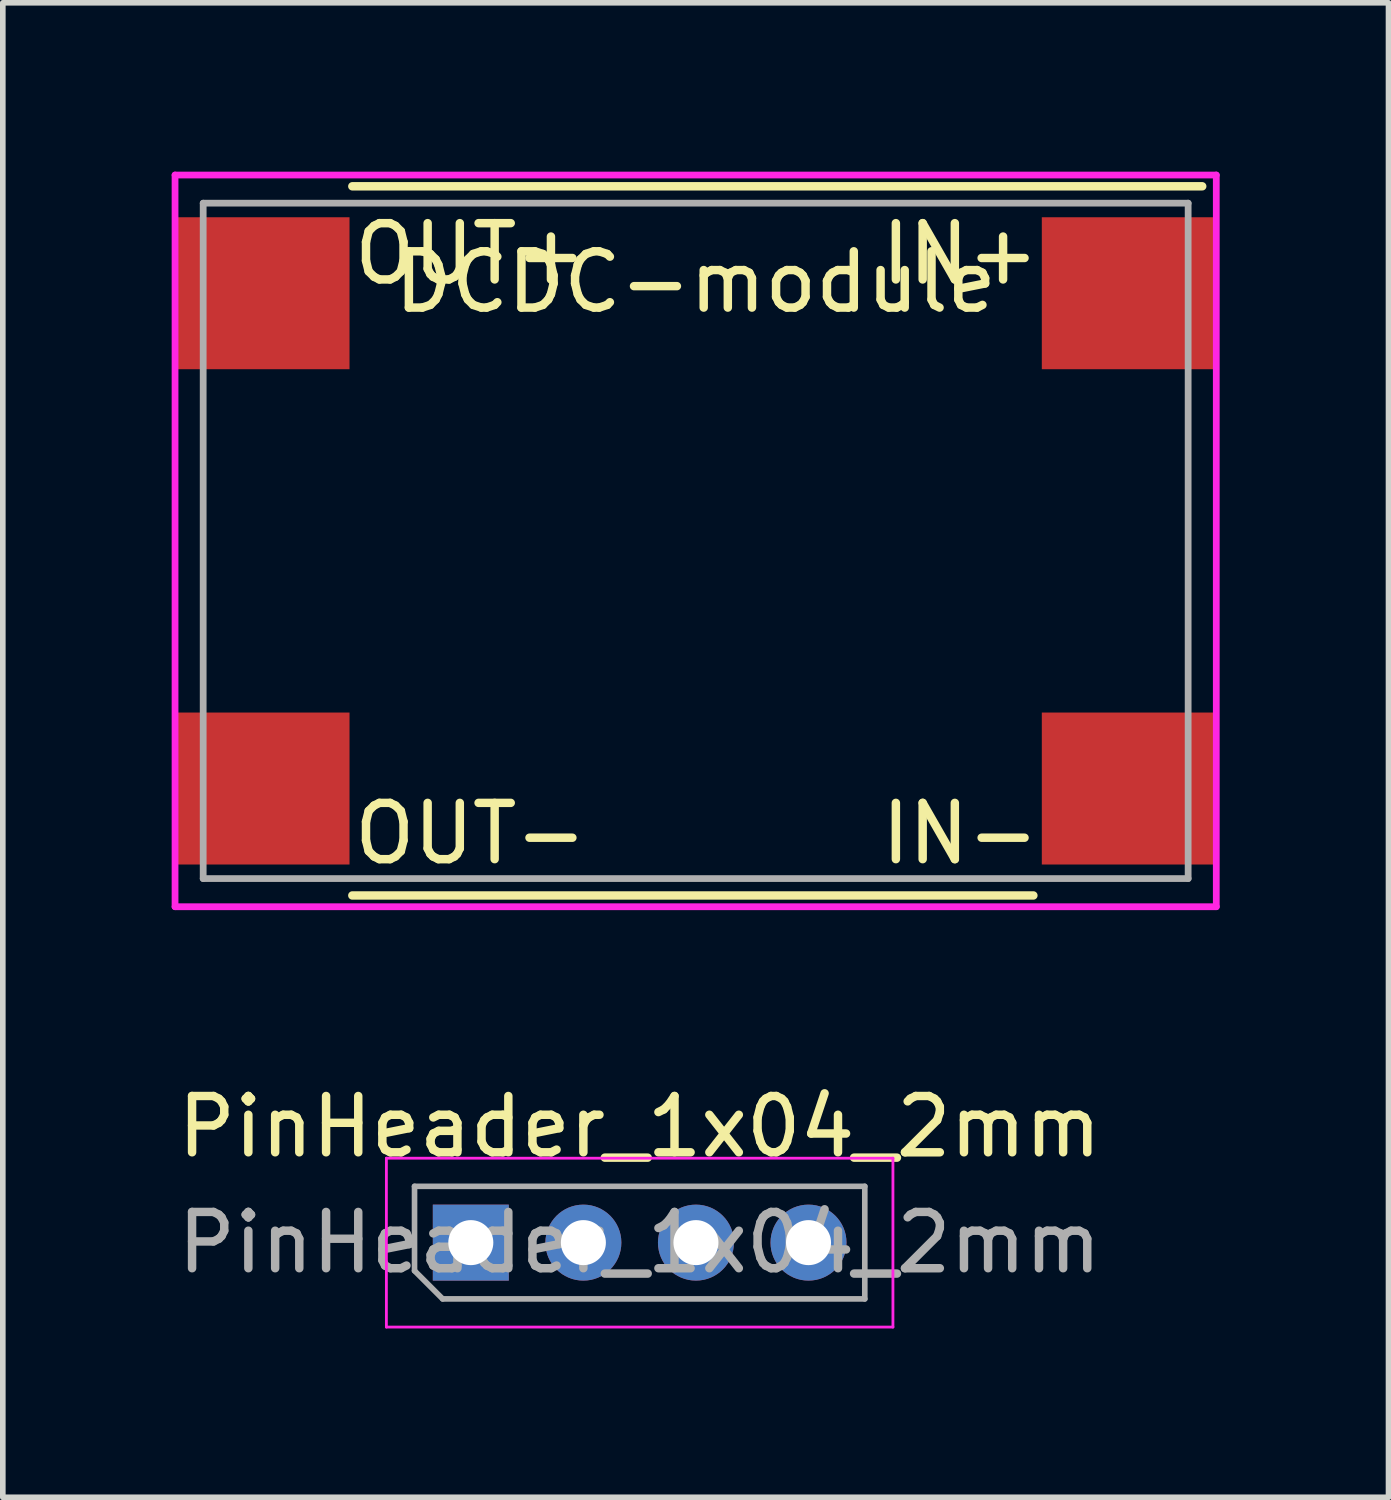
<source format=kicad_pcb>
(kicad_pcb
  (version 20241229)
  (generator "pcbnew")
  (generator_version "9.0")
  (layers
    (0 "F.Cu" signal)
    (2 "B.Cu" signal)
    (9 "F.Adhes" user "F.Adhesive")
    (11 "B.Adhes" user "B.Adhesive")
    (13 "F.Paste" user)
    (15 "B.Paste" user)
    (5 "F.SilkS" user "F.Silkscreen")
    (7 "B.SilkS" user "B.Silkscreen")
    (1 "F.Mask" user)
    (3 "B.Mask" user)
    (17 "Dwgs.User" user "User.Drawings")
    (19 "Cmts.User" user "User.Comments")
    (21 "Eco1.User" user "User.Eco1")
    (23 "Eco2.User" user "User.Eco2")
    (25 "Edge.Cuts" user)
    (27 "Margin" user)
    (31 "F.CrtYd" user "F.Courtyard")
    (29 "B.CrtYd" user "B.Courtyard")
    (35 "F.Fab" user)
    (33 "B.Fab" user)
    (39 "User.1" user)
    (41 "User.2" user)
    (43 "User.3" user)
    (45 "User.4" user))
  (footprint "PinHeader_1x04_2mm"
    (layer "F.Cu")
    (at 8.315 19.028)
    (property "Reference" "PinHeader_1x04_2mm" (at 0 -2.06 0) (layer "F.SilkS") (effects (font (size 1 1) (thickness 0.15))))
    (attr through_hole)
    (fp_line (start -4.5 -1.5) (end -4.5 1.5) (stroke (width 0.05) (type solid)) (layer "F.CrtYd"))
    (fp_line (start -4.5 1.5) (end 4.5 1.5) (stroke (width 0.05) (type solid)) (layer "F.CrtYd"))
    (fp_line (start 4.5 -1.5) (end -4.5 -1.5) (stroke (width 0.05) (type solid)) (layer "F.CrtYd"))
    (fp_line (start 4.5 1.5) (end 4.5 -1.5) (stroke (width 0.05) (type solid)) (layer "F.CrtYd"))
    (fp_line (start -4 -1) (end 4 -1) (stroke (width 0.1) (type solid)) (layer "F.Fab"))
    (fp_line (start -4 0.5) (end -4 -1) (stroke (width 0.1) (type solid)) (layer "F.Fab"))
    (fp_line (start -3.5 1) (end -4 0.5) (stroke (width 0.1) (type solid)) (layer "F.Fab"))
    (fp_line (start 4 -1) (end 4 1) (stroke (width 0.1) (type solid)) (layer "F.Fab"))
    (fp_line (start 4 1) (end -3.5 1) (stroke (width 0.1) (type solid)) (layer "F.Fab"))
    (fp_text user "${REFERENCE}" (at 0 0 0) (layer "F.Fab") (effects (font (size 1 1) (thickness 0.15))))
    (pad "1" thru_hole rect (at -3 0 90) (size 1.35 1.35) (drill 0.8) (layers "*.Cu" "*.Mask"))
    (pad "2" thru_hole oval (at -1 0 90) (size 1.35 1.35) (drill 0.8) (layers "*.Cu" "*.Mask"))
    (pad "3" thru_hole oval (at 1 0 90) (size 1.35 1.35) (drill 0.8) (layers "*.Cu" "*.Mask"))
    (pad "4" thru_hole oval (at 3 0 90) (size 1.35 1.35) (drill 0.8) (layers "*.Cu" "*.Mask")))
  (footprint "DCDC-module"
    (layer "F.Cu")
    (at 9.31 6.56)
    (property "Reference" "DCDC-module" (at 0 -4.6 0) (unlocked yes) (layer "F.SilkS") (effects (font (size 1 1) (thickness 0.15))))
    (attr smd)
    (fp_line (start -6.1 6.3) (end 6 6.3) (stroke (width 0.15) (type solid)) (layer "F.SilkS"))
    (fp_line (start 9 -6.3) (end -6.1 -6.3) (stroke (width 0.15) (type solid)) (layer "F.SilkS"))
    (fp_line (start -9.25 -6.5) (end 9.25 -6.5) (stroke (width 0.12) (type solid)) (layer "F.CrtYd"))
    (fp_line (start -9.25 6.5) (end -9.25 -6.5) (stroke (width 0.12) (type solid)) (layer "F.CrtYd"))
    (fp_line (start 9.25 -6.5) (end 9.25 6.5) (stroke (width 0.12) (type solid)) (layer "F.CrtYd"))
    (fp_line (start 9.25 6.5) (end -9.25 6.5) (stroke (width 0.12) (type solid)) (layer "F.CrtYd"))
    (fp_line (start -8.75 -6) (end 8.75 -6) (stroke (width 0.12) (type solid)) (layer "F.Fab"))
    (fp_line (start -8.75 6) (end -8.75 -6) (stroke (width 0.12) (type solid)) (layer "F.Fab"))
    (fp_line (start 8.75 -6) (end 8.75 6) (stroke (width 0.12) (type solid)) (layer "F.Fab"))
    (fp_line (start 8.75 6) (end -8.75 6) (stroke (width 0.12) (type solid)) (layer "F.Fab"))
    (fp_text user "IN+" (at 4.7 -5.1 0) (unlocked yes) (layer "F.SilkS") (effects (font (size 1 1) (thickness 0.15))))
    (fp_text user "IN-" (at 4.7 5.2 0) (unlocked yes) (layer "F.SilkS") (effects (font (size 1 1) (thickness 0.15))))
    (fp_text user "OUT-" (at -4 5.2 0) (unlocked yes) (layer "F.SilkS") (effects (font (size 1 1) (thickness 0.15))))
    (fp_text user "OUT+" (at -4 -5.1 0) (unlocked yes) (layer "F.SilkS") (effects (font (size 1 1) (thickness 0.15))))
    (pad "1" smd rect (at 7.7 -4.4) (size 3.1 2.7) (layers "F.Cu" "F.Mask" "F.Paste"))
    (pad "2" smd rect (at 7.7 4.4) (size 3.1 2.7) (layers "F.Cu" "F.Mask" "F.Paste"))
    (pad "3" smd rect (at -7.7 -4.4) (size 3.1 2.7) (layers "F.Cu" "F.Mask" "F.Paste"))
    (pad "4" smd rect (at -7.7 4.4) (size 3.1 2.7) (layers "F.Cu" "F.Mask" "F.Paste")))
  (gr_rect
    (start -3 -3)
    (end 21.62 23.553)
    (stroke (width 0.1) (type default))
    (fill no)
    (layer "Edge.Cuts")))
</source>
